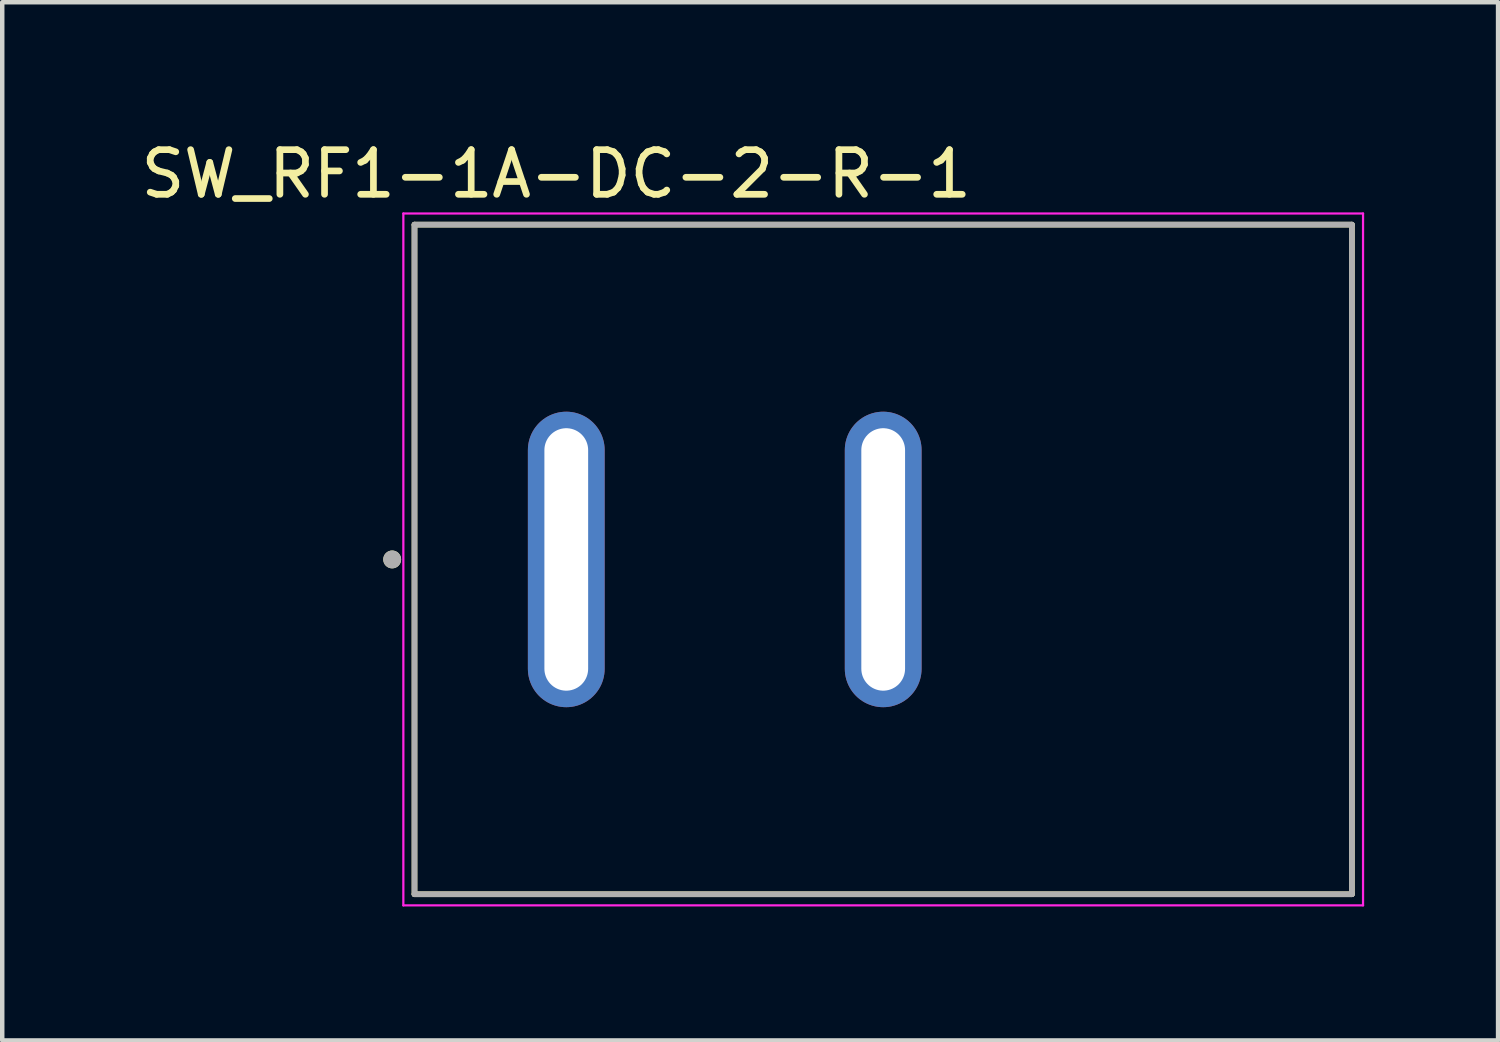
<source format=kicad_pcb>
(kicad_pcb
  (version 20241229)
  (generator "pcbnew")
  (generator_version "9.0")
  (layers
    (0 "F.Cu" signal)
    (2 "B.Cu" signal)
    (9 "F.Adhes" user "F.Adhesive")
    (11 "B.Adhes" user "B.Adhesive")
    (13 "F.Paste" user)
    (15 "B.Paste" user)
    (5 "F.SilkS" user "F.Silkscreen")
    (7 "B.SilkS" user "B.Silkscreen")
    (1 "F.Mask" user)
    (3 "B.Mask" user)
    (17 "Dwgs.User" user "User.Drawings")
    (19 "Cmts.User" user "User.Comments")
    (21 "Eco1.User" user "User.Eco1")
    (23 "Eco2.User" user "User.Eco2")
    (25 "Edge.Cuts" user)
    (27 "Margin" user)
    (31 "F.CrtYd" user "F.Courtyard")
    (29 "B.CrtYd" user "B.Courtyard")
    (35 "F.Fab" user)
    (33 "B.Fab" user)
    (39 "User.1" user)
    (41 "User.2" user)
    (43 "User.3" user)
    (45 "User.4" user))
  (footprint "SW_RF1-1A-DC-2-R-1"
    (layer "F.Cu")
    (at 16.736 9.483)
    (property "Reference" "SW_RF1-1A-DC-2-R-1" (at -7.325 -8.635 0) (layer "F.SilkS") (effects (font (size 1 1) (thickness 0.15))))
    (attr through_hole)
    (fp_line (start -10.5 -7.5) (end 10.5 -7.5) (stroke (width 0.127) (type solid)) (layer "F.SilkS"))
    (fp_line (start -10.5 7.5) (end -10.5 -7.5) (stroke (width 0.127) (type solid)) (layer "F.SilkS"))
    (fp_line (start 10.5 -7.5) (end 10.5 7.5) (stroke (width 0.127) (type solid)) (layer "F.SilkS"))
    (fp_line (start 10.5 7.5) (end -10.5 7.5) (stroke (width 0.127) (type solid)) (layer "F.SilkS"))
    (fp_circle (center -11 0) (end -10.9 0) (stroke (width 0.2) (type solid)) (fill no) (layer "F.SilkS"))
    (fp_line (start -10.75 -7.75) (end -10.75 7.75) (stroke (width 0.05) (type solid)) (layer "F.CrtYd"))
    (fp_line (start -10.75 7.75) (end 10.75 7.75) (stroke (width 0.05) (type solid)) (layer "F.CrtYd"))
    (fp_line (start 10.75 -7.75) (end -10.75 -7.75) (stroke (width 0.05) (type solid)) (layer "F.CrtYd"))
    (fp_line (start 10.75 7.75) (end 10.75 -7.75) (stroke (width 0.05) (type solid)) (layer "F.CrtYd"))
    (fp_line (start -10.5 -7.5) (end 10.5 -7.5) (stroke (width 0.127) (type solid)) (layer "F.Fab"))
    (fp_line (start -10.5 7.5) (end -10.5 -7.5) (stroke (width 0.127) (type solid)) (layer "F.Fab"))
    (fp_line (start 10.5 -7.5) (end 10.5 7.5) (stroke (width 0.127) (type solid)) (layer "F.Fab"))
    (fp_line (start 10.5 7.5) (end -10.5 7.5) (stroke (width 0.127) (type solid)) (layer "F.Fab"))
    (fp_circle (center -11 0) (end -10.9 0) (stroke (width 0.2) (type solid)) (fill no) (layer "F.Fab"))
    (pad "1" thru_hole oval (at -7.1 0) (size 1.72 6.62) (drill oval 0.98 5.88) (layers "*.Cu" "*.Mask"))
    (pad "2" thru_hole oval (at 0 0) (size 1.72 6.62) (drill oval 0.98 5.88) (layers "*.Cu" "*.Mask")))
  (gr_rect
    (start -3 -3)
    (end 30.511 20.258)
    (stroke (width 0.1) (type default))
    (fill no)
    (layer "Edge.Cuts")))
</source>
